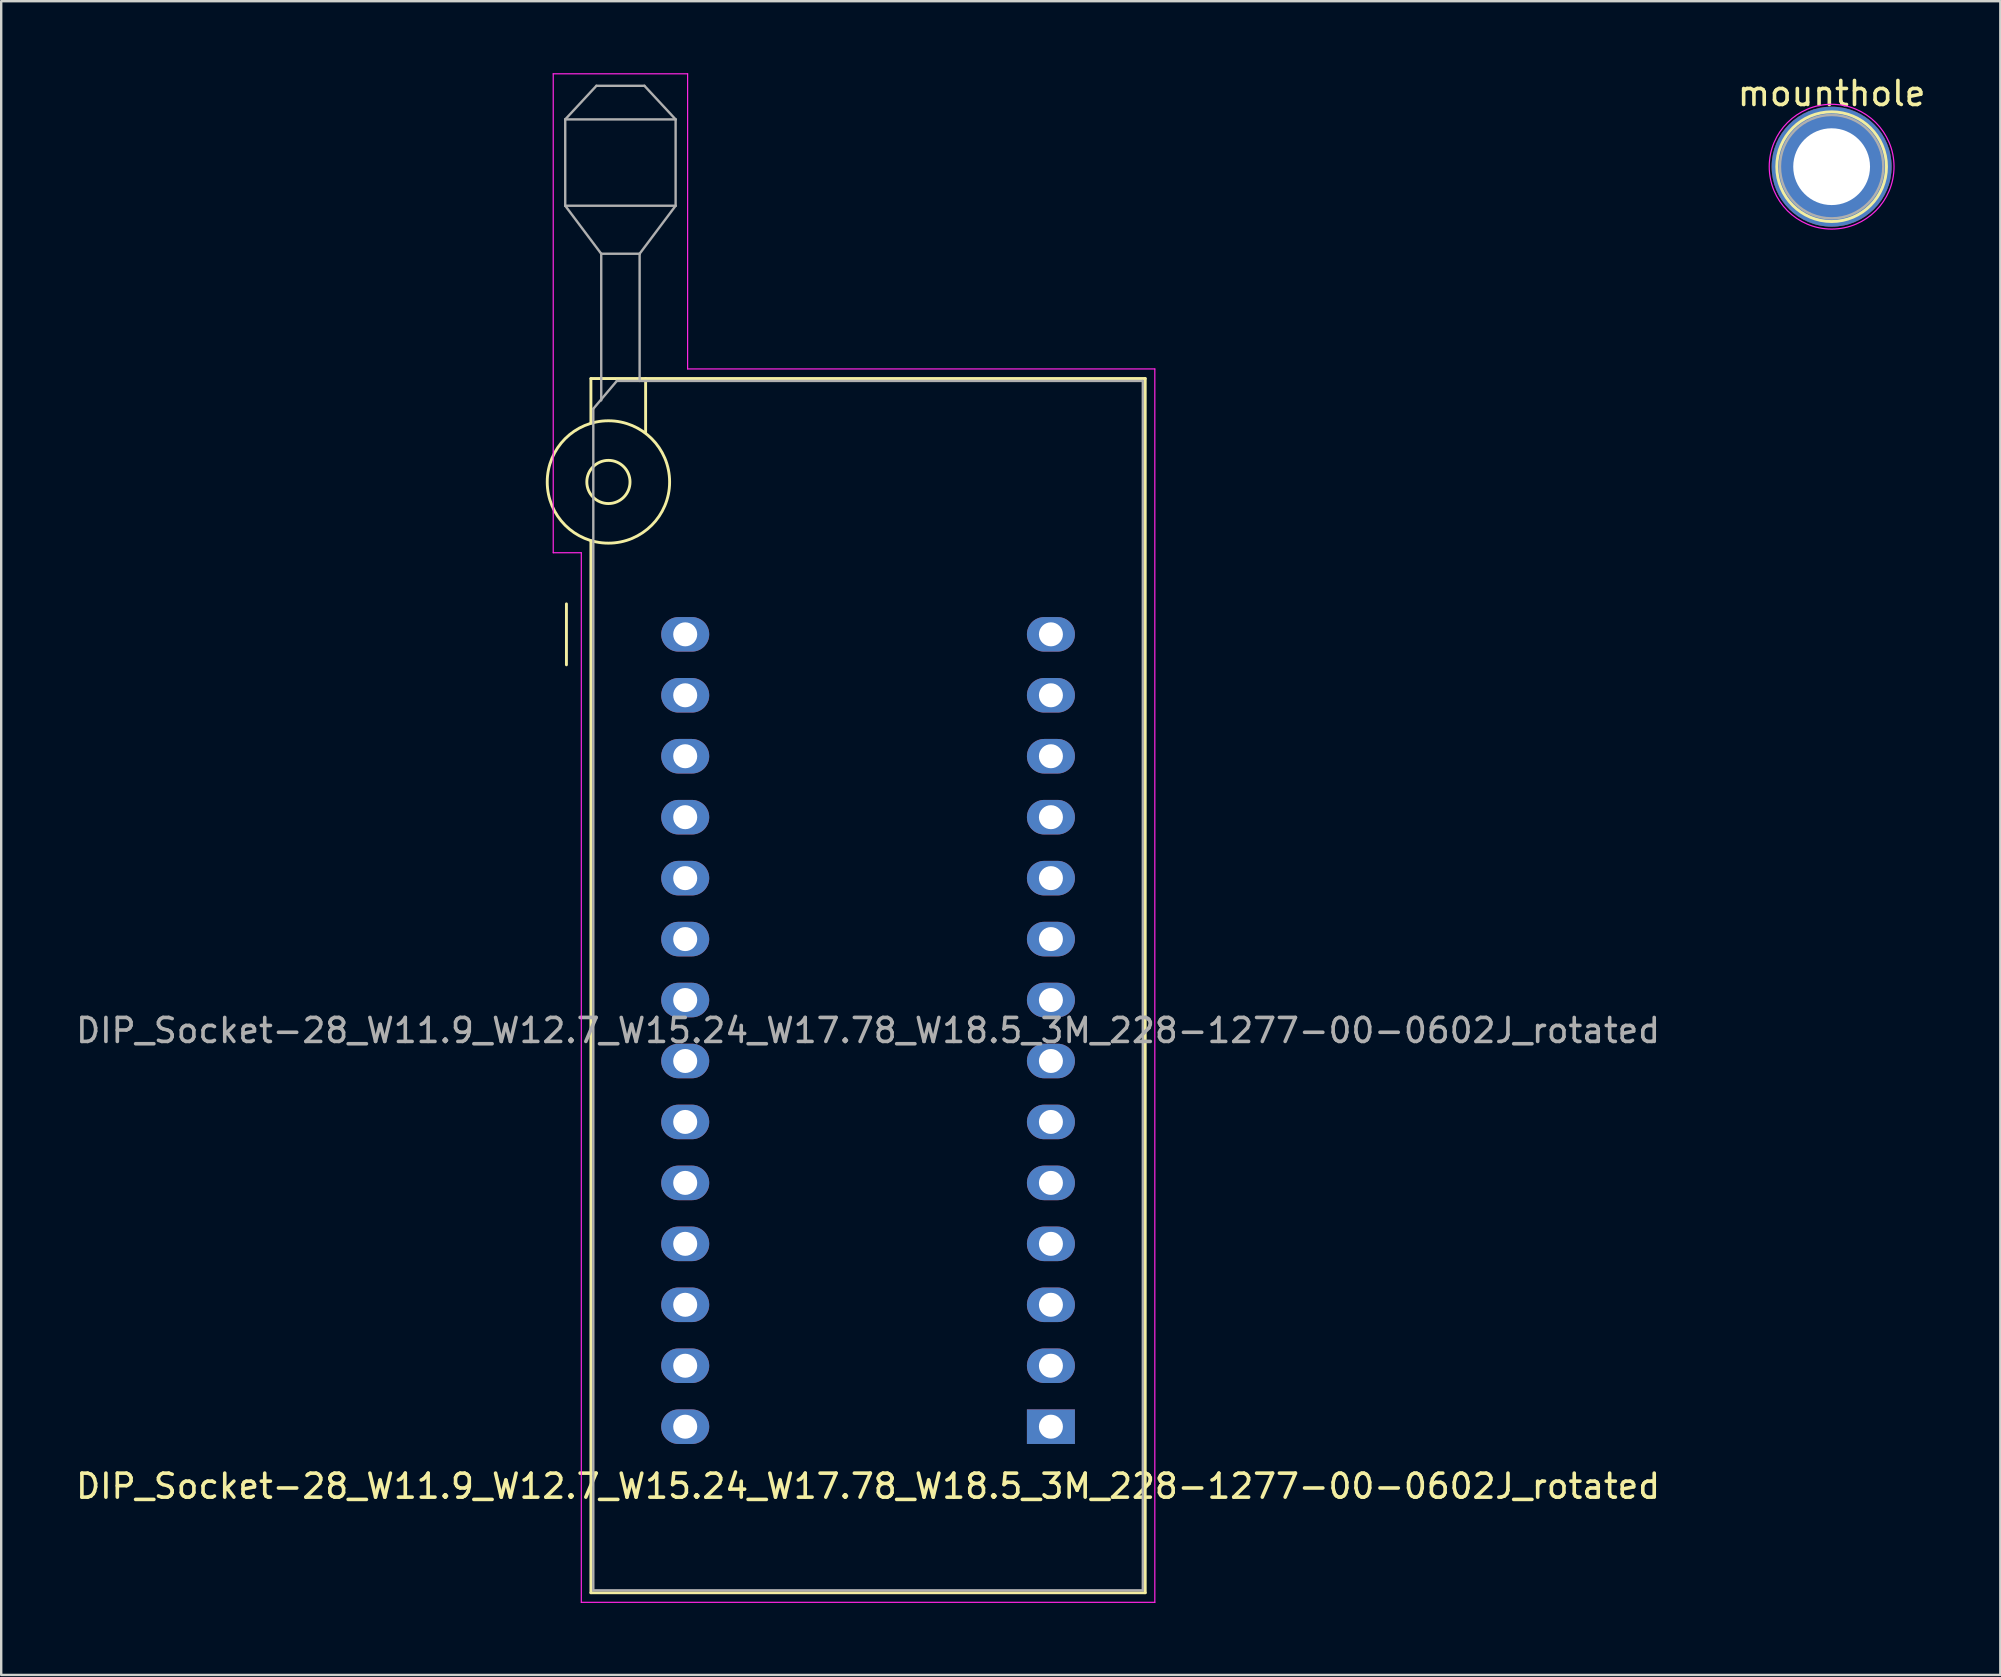
<source format=kicad_pcb>
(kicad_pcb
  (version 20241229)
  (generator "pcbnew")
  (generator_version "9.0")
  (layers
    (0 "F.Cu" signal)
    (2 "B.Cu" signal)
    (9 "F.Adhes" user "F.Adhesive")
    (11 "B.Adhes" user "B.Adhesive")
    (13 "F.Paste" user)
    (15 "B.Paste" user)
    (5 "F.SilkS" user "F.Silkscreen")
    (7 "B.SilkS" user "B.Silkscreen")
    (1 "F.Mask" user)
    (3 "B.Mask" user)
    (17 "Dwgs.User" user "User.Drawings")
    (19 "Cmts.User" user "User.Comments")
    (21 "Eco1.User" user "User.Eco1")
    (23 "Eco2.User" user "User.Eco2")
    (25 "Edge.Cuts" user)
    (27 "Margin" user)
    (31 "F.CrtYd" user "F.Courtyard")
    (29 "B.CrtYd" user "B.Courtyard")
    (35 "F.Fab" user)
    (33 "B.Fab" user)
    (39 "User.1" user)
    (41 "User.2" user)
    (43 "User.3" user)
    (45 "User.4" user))
  (footprint "mounthole"
    (layer "F.Cu")
    (at 73.28 3.896)
    (property "Reference" "mounthole" (at 0 -3.048 0) (layer "F.SilkS") (effects (font (size 1 1) (thickness 0.15))))
    (attr through_hole)
    (fp_circle (center 0 0) (end 0 -2.286) (stroke (width 0.12) (type solid)) (fill no) (layer "F.SilkS"))
    (fp_circle (center 0 0) (end 2.6 0) (stroke (width 0.05) (type solid)) (fill no) (layer "F.CrtYd"))
    (fp_circle (center 0 0) (end 2 0.8) (stroke (width 0.1) (type solid)) (fill no) (layer "F.Fab"))
    (pad "1" thru_hole circle (at 0 0) (size 5 5) (drill 3.2) (layers "*.Cu" "*.Mask")))
  (footprint "DIP_Socket-28_W11.9_W12.7_W15.24_W17.78_W18.5_3M_228-1277-00-0602J_rotated"
    (layer "F.Cu")
    (at 25.505 23.385)
    (property "Reference" "DIP_Socket-28_W11.9_W12.7_W15.24_W17.78_W18.5_3M_228-1277-00-0602J_rotated" (at 7.62 35.5 0) (layer "F.SilkS") (effects (font (size 1 1) (thickness 0.15))))
    (attr through_hole)
    (fp_line (start -4.95 1.27) (end -4.95 -1.27) (stroke (width 0.12) (type solid)) (layer "F.SilkS"))
    (fp_line (start -3.93 -10.66) (end -3.93 -8.8) (stroke (width 0.12) (type solid)) (layer "F.SilkS"))
    (fp_line (start -3.93 -3.9) (end -3.93 39.94) (stroke (width 0.12) (type solid)) (layer "F.SilkS"))
    (fp_line (start -3.93 39.94) (end 19.17 39.94) (stroke (width 0.12) (type solid)) (layer "F.SilkS"))
    (fp_line (start -1.65 -10.66) (end -1.65 -8.4) (stroke (width 0.12) (type solid)) (layer "F.SilkS"))
    (fp_line (start 19.17 -10.66) (end -3.93 -10.66) (stroke (width 0.12) (type solid)) (layer "F.SilkS"))
    (fp_line (start 19.17 39.94) (end 19.17 -10.66) (stroke (width 0.12) (type solid)) (layer "F.SilkS"))
    (fp_circle (center -3.2 -6.35) (end -2.3 -6.35) (stroke (width 0.12) (type solid)) (fill no) (layer "F.SilkS"))
    (fp_circle (center -3.2 -6.35) (end -0.65 -6.35) (stroke (width 0.12) (type solid)) (fill no) (layer "F.SilkS"))
    (fp_line (start -5.5 -23.36) (end 0.1 -23.36) (stroke (width 0.05) (type solid)) (layer "F.CrtYd"))
    (fp_line (start -5.5 -3.4) (end -5.5 -23.36) (stroke (width 0.05) (type solid)) (layer "F.CrtYd"))
    (fp_line (start -4.33 -3.4) (end -5.5 -3.4) (stroke (width 0.05) (type solid)) (layer "F.CrtYd"))
    (fp_line (start -4.33 40.34) (end -4.33 -3.4) (stroke (width 0.05) (type solid)) (layer "F.CrtYd"))
    (fp_line (start 0.1 -23.36) (end 0.1 -11.06) (stroke (width 0.05) (type solid)) (layer "F.CrtYd"))
    (fp_line (start 0.1 -11.06) (end 19.57 -11.06) (stroke (width 0.05) (type solid)) (layer "F.CrtYd"))
    (fp_line (start 19.57 -11.06) (end 19.57 40.34) (stroke (width 0.05) (type solid)) (layer "F.CrtYd"))
    (fp_line (start 19.57 40.34) (end -4.33 40.34) (stroke (width 0.05) (type solid)) (layer "F.CrtYd"))
    (fp_line (start -5 -21.46) (end -5 -17.86) (stroke (width 0.1) (type solid)) (layer "F.Fab"))
    (fp_line (start -5 -21.46) (end -3.7 -22.86) (stroke (width 0.1) (type solid)) (layer "F.Fab"))
    (fp_line (start -5 -17.86) (end -3.5 -15.86) (stroke (width 0.1) (type solid)) (layer "F.Fab"))
    (fp_line (start -5 -17.86) (end -0.4 -17.86) (stroke (width 0.1) (type solid)) (layer "F.Fab"))
    (fp_line (start -3.83 -9.4) (end -2.85 -10.56) (stroke (width 0.1) (type solid)) (layer "F.Fab"))
    (fp_line (start -3.83 39.84) (end -3.83 -9.4) (stroke (width 0.1) (type solid)) (layer "F.Fab"))
    (fp_line (start -3.7 -22.86) (end -1.7 -22.86) (stroke (width 0.1) (type solid)) (layer "F.Fab"))
    (fp_line (start -3.5 -15.86) (end -1.9 -15.86) (stroke (width 0.1) (type solid)) (layer "F.Fab"))
    (fp_line (start -3.5 -9.75) (end -3.5 -15.86) (stroke (width 0.1) (type solid)) (layer "F.Fab"))
    (fp_line (start -2.85 -10.56) (end 19.07 -10.56) (stroke (width 0.1) (type solid)) (layer "F.Fab"))
    (fp_line (start -1.9 -15.86) (end -1.9 -10.56) (stroke (width 0.1) (type solid)) (layer "F.Fab"))
    (fp_line (start -1.7 -22.86) (end -0.4 -21.46) (stroke (width 0.1) (type solid)) (layer "F.Fab"))
    (fp_line (start -0.4 -21.46) (end -5 -21.46) (stroke (width 0.1) (type solid)) (layer "F.Fab"))
    (fp_line (start -0.4 -17.86) (end -1.9 -15.86) (stroke (width 0.1) (type solid)) (layer "F.Fab"))
    (fp_line (start -0.4 -17.86) (end -0.4 -21.46) (stroke (width 0.1) (type solid)) (layer "F.Fab"))
    (fp_line (start 19.07 -10.56) (end 19.07 39.84) (stroke (width 0.1) (type solid)) (layer "F.Fab"))
    (fp_line (start 19.07 39.84) (end -3.83 39.84) (stroke (width 0.1) (type solid)) (layer "F.Fab"))
    (fp_text user "${REFERENCE}" (at 7.62 16.51 0) (layer "F.Fab") (effects (font (size 1 1) (thickness 0.15))))
    (pad "1" thru_hole rect (at 15.24 33.02 180) (size 2 1.44) (drill 1) (layers "*.Cu" "*.Mask"))
    (pad "2" thru_hole oval (at 15.24 30.48 180) (size 2 1.44) (drill 1) (layers "*.Cu" "*.Mask"))
    (pad "3" thru_hole oval (at 15.24 27.94 180) (size 2 1.44) (drill 1) (layers "*.Cu" "*.Mask"))
    (pad "4" thru_hole oval (at 15.24 25.4 180) (size 2 1.44) (drill 1) (layers "*.Cu" "*.Mask"))
    (pad "5" thru_hole oval (at 15.24 22.86 180) (size 2 1.44) (drill 1) (layers "*.Cu" "*.Mask"))
    (pad "6" thru_hole oval (at 15.24 20.32 180) (size 2 1.44) (drill 1) (layers "*.Cu" "*.Mask"))
    (pad "7" thru_hole oval (at 15.24 17.78 180) (size 2 1.44) (drill 1) (layers "*.Cu" "*.Mask"))
    (pad "8" thru_hole oval (at 15.24 15.24 180) (size 2 1.44) (drill 1) (layers "*.Cu" "*.Mask"))
    (pad "9" thru_hole oval (at 15.24 12.7 180) (size 2 1.44) (drill 1) (layers "*.Cu" "*.Mask"))
    (pad "10" thru_hole oval (at 15.24 10.16 180) (size 2 1.44) (drill 1) (layers "*.Cu" "*.Mask"))
    (pad "11" thru_hole oval (at 15.24 7.62 180) (size 2 1.44) (drill 1) (layers "*.Cu" "*.Mask"))
    (pad "12" thru_hole oval (at 15.24 5.08 180) (size 2 1.44) (drill 1) (layers "*.Cu" "*.Mask"))
    (pad "13" thru_hole oval (at 15.24 2.54 180) (size 2 1.44) (drill 1) (layers "*.Cu" "*.Mask"))
    (pad "14" thru_hole oval (at 15.24 0 180) (size 2 1.44) (drill 1) (layers "*.Cu" "*.Mask"))
    (pad "15" thru_hole oval (at 0 0 180) (size 2 1.44) (drill 1) (layers "*.Cu" "*.Mask"))
    (pad "16" thru_hole oval (at 0 2.54 180) (size 2 1.44) (drill 1) (layers "*.Cu" "*.Mask"))
    (pad "17" thru_hole oval (at 0 5.08 180) (size 2 1.44) (drill 1) (layers "*.Cu" "*.Mask"))
    (pad "18" thru_hole oval (at 0 7.62 180) (size 2 1.44) (drill 1) (layers "*.Cu" "*.Mask"))
    (pad "19" thru_hole oval (at 0 10.16 180) (size 2 1.44) (drill 1) (layers "*.Cu" "*.Mask"))
    (pad "20" thru_hole oval (at 0 12.7 180) (size 2 1.44) (drill 1) (layers "*.Cu" "*.Mask"))
    (pad "21" thru_hole oval (at 0 15.24 180) (size 2 1.44) (drill 1) (layers "*.Cu" "*.Mask"))
    (pad "22" thru_hole oval (at 0 17.78 180) (size 2 1.44) (drill 1) (layers "*.Cu" "*.Mask"))
    (pad "23" thru_hole oval (at 0 20.32 180) (size 2 1.44) (drill 1) (layers "*.Cu" "*.Mask"))
    (pad "24" thru_hole oval (at 0 22.86 180) (size 2 1.44) (drill 1) (layers "*.Cu" "*.Mask"))
    (pad "25" thru_hole oval (at 0 25.4 180) (size 2 1.44) (drill 1) (layers "*.Cu" "*.Mask"))
    (pad "26" thru_hole oval (at 0 27.94 180) (size 2 1.44) (drill 1) (layers "*.Cu" "*.Mask"))
    (pad "27" thru_hole oval (at 0 30.48 180) (size 2 1.44) (drill 1) (layers "*.Cu" "*.Mask"))
    (pad "28" thru_hole oval (at 0 33.02 180) (size 2 1.44) (drill 1) (layers "*.Cu" "*.Mask")))
  (gr_rect
    (start -3 -3)
    (end 80.31 66.75)
    (stroke (width 0.1) (type default))
    (fill no)
    (layer "Edge.Cuts")))
</source>
